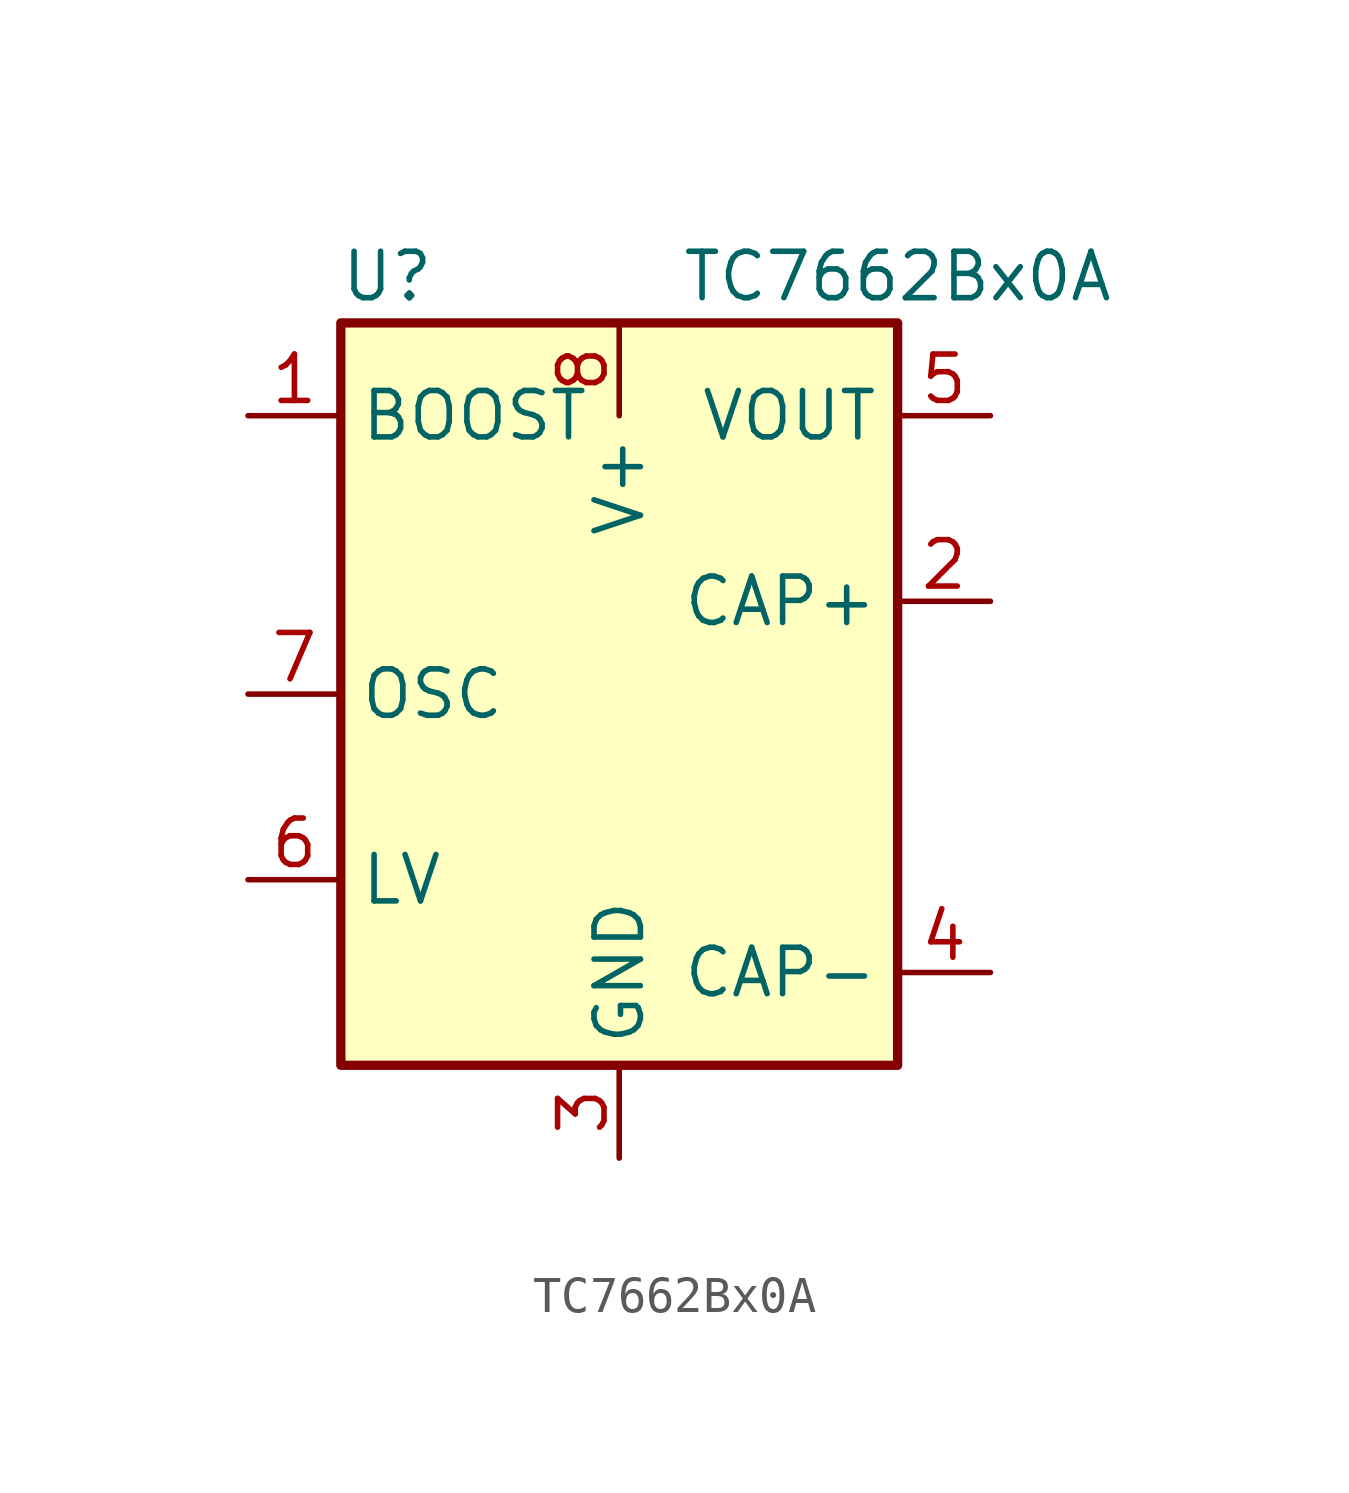
<source format=kicad_sym>
(kicad_symbol_lib
  (version 20211014)
  (generator kicad_symbol_editor)
  (symbol "TC7662Bx0A"
    (property "Reference" "U"
      (at -6.35 11.43 0)
      (effects (font (size 1.27 1.27))))
    (property "Value" "TC7662Bx0A"
      (at 7.62 11.43 0)
      (effects (font (size 1.27 1.27))))
    (symbol "TC7662Bx0A_0_1"
      (rectangle (start -7.62 10.16) (end 7.62 -10.16) (stroke (width 0.254) (type default) (color 0 0 0 0)) (fill (type background))))
    (symbol "TC7662Bx0A_1_1"
      (pin input line (at -10.16 7.62 0) (length 2.54) (name "BOOST" (effects (font (size 1.27 1.27)))) (number "1" (effects (font (size 1.27 1.27)))))
      (pin passive line (at 10.16 2.54 180) (length 2.54) (name "CAP+" (effects (font (size 1.27 1.27)))) (number "2" (effects (font (size 1.27 1.27)))))
      (pin power_in line (at 0 -12.7 90) (length 2.54) (name "GND" (effects (font (size 1.27 1.27)))) (number "3" (effects (font (size 1.27 1.27)))))
      (pin passive line (at 10.16 -7.62 180) (length 2.54) (name "CAP-" (effects (font (size 1.27 1.27)))) (number "4" (effects (font (size 1.27 1.27)))))
      (pin power_out line (at 10.16 7.62 180) (length 2.54) (name "VOUT" (effects (font (size 1.27 1.27)))) (number "5" (effects (font (size 1.27 1.27)))))
      (pin input line (at -10.16 -5.08 0) (length 2.54) (name "LV" (effects (font (size 1.27 1.27)))) (number "6" (effects (font (size 1.27 1.27)))))
      (pin passive line (at -10.16 0 0) (length 2.54) (name "OSC" (effects (font (size 1.27 1.27)))) (number "7" (effects (font (size 1.27 1.27)))))
      (pin power_in line (at 0 10.16 270) (length 2.54) (name "V+" (effects (font (size 1.27 1.27)))) (number "8" (effects (font (size 1.27 1.27))))))))
</source>
